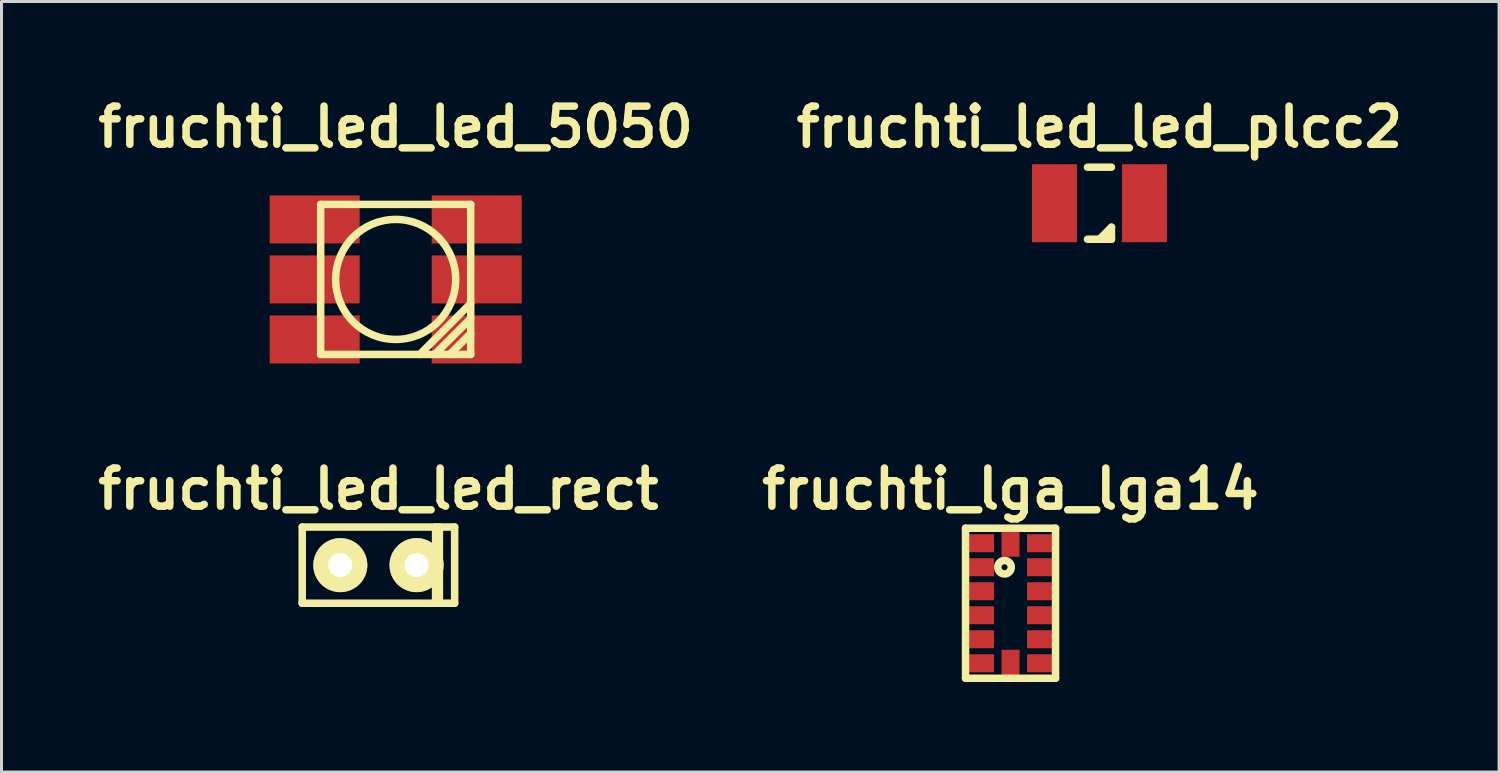
<source format=kicad_pcb>
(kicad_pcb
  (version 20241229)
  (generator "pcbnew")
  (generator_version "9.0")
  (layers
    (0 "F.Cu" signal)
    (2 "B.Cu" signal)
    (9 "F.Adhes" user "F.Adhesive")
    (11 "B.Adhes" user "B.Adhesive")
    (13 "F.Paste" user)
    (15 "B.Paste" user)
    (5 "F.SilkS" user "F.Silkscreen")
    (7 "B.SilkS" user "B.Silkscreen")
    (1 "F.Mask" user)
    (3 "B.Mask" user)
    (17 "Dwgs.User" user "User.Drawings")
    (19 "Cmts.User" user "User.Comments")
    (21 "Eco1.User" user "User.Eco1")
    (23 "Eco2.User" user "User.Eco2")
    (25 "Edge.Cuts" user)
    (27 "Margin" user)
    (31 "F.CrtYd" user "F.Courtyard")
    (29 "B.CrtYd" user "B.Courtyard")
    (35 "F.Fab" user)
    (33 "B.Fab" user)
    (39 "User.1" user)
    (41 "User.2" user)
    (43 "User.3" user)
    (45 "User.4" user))
  (footprint "fruchti_led_led_plcc2"
    (layer "F.Cu")
    (at 33.589 3.722)
    (property "Reference" "fruchti_led_led_plcc2" (at 0 -2.54 0) (layer "F.SilkS") (effects (font (size 1.27 1.27) (thickness 0.25))))
    (attr through_hole)
    (fp_line (start 0 1.2) (end 0.4 0.8) (stroke (width 0.25) (type solid)) (layer "F.SilkS"))
    (fp_line (start 0.4 -1.2) (end -0.4 -1.2) (stroke (width 0.25) (type solid)) (layer "F.SilkS"))
    (fp_line (start 0.4 0.8) (end 0.4 1.2) (stroke (width 0.25) (type solid)) (layer "F.SilkS"))
    (fp_line (start 0.4 1.2) (end -0.4 1.2) (stroke (width 0.25) (type solid)) (layer "F.SilkS"))
    (pad "1" smd rect (at -1.5 0) (size 1.5 2.6) (layers "F.Cu" "F.Mask" "F.Paste"))
    (pad "2" smd rect (at 1.5 0) (size 1.5 2.6) (layers "F.Cu" "F.Mask" "F.Paste")))
  (footprint "fruchti_led_led_5050"
    (layer "F.Cu")
    (at 10.136 6.262)
    (property "Reference" "fruchti_led_led_5050" (at 0 -5.08 0) (layer "F.SilkS") (effects (font (size 1.27 1.27) (thickness 0.25))))
    (attr through_hole)
    (fp_line (start -2.5 -2.5) (end -2.5 2.5) (stroke (width 0.25) (type solid)) (layer "F.SilkS"))
    (fp_line (start -2.5 2.5) (end 2.5 2.5) (stroke (width 0.25) (type solid)) (layer "F.SilkS"))
    (fp_line (start 0.8 2.5) (end 2.5 0.8) (stroke (width 0.25) (type solid)) (layer "F.SilkS"))
    (fp_line (start 1.3 2.5) (end 2.5 1.3) (stroke (width 0.25) (type solid)) (layer "F.SilkS"))
    (fp_line (start 1.8 2.5) (end 2.5 1.8) (stroke (width 0.25) (type solid)) (layer "F.SilkS"))
    (fp_line (start 2.5 -2.5) (end -2.5 -2.5) (stroke (width 0.25) (type solid)) (layer "F.SilkS"))
    (fp_line (start 2.5 2.5) (end 2.5 -2.5) (stroke (width 0.25) (type solid)) (layer "F.SilkS"))
    (fp_circle (center 0 0) (end 0 -2) (stroke (width 0.25) (type solid)) (fill no) (layer "F.SilkS"))
    (pad "1" smd rect (at 2.7 2) (size 3 1.6) (layers "F.Cu" "F.Mask" "F.Paste"))
    (pad "2" smd rect (at 2.7 0) (size 3 1.6) (layers "F.Cu" "F.Mask" "F.Paste"))
    (pad "3" smd rect (at 2.7 -2) (size 3 1.6) (layers "F.Cu" "F.Mask" "F.Paste"))
    (pad "4" smd rect (at -2.7 -2) (size 3 1.6) (layers "F.Cu" "F.Mask" "F.Paste"))
    (pad "5" smd rect (at -2.7 0) (size 3 1.6) (layers "F.Cu" "F.Mask" "F.Paste"))
    (pad "6" smd rect (at -2.7 2) (size 3 1.6) (layers "F.Cu" "F.Mask" "F.Paste")))
  (footprint "fruchti_led_led_rect"
    (layer "F.Cu")
    (at 9.561 15.783)
    (property "Reference" "fruchti_led_led_rect" (at 0 -2.54 0) (layer "F.SilkS") (effects (font (size 1.27 1.27) (thickness 0.25))))
    (attr through_hole)
    (fp_line (start -2.54 -1.27) (end -2.54 1.27) (stroke (width 0.25) (type solid)) (layer "F.SilkS"))
    (fp_line (start -2.54 1.27) (end 2.54 1.27) (stroke (width 0.25) (type solid)) (layer "F.SilkS"))
    (fp_line (start 1.905 -1.27) (end 1.905 1.27) (stroke (width 0.25) (type solid)) (layer "F.SilkS"))
    (fp_line (start 2.032 1.27) (end 2.032 -1.27) (stroke (width 0.25) (type solid)) (layer "F.SilkS"))
    (fp_line (start 2.54 -1.27) (end -2.54 -1.27) (stroke (width 0.25) (type solid)) (layer "F.SilkS"))
    (fp_line (start 2.54 1.27) (end 2.54 -1.27) (stroke (width 0.25) (type solid)) (layer "F.SilkS"))
    (pad "1" thru_hole circle (at -1.27 0) (size 1.801 1.801) (drill 0.8) (layers "*.Cu" "*.Mask" "F.SilkS"))
    (pad "2" thru_hole circle (at 1.27 0) (size 1.801 1.801) (drill 0.8) (layers "*.Cu" "*.Mask" "F.SilkS")))
  (footprint "fruchti_lga_lga14"
    (layer "F.Cu")
    (at 30.626 17.053)
    (property "Reference" "fruchti_lga_lga14" (at 0 -3.81 0) (layer "F.SilkS") (effects (font (size 1.27 1.27) (thickness 0.25))))
    (attr through_hole)
    (fp_line (start -1.5 -2.5) (end 1.5 -2.5) (stroke (width 0.25) (type solid)) (layer "F.SilkS"))
    (fp_line (start -1.5 2.5) (end -1.5 -2.5) (stroke (width 0.25) (type solid)) (layer "F.SilkS"))
    (fp_line (start 1.5 -2.5) (end 1.5 2.5) (stroke (width 0.25) (type solid)) (layer "F.SilkS"))
    (fp_line (start 1.5 2.5) (end -1.5 2.5) (stroke (width 0.25) (type solid)) (layer "F.SilkS"))
    (fp_circle (center -0.2 -1.2) (end -0.2 -1.1) (stroke (width 0.25) (type solid)) (fill no) (layer "F.SilkS"))
    (pad "1" smd rect (at -1 -2) (size 0.9 0.6) (layers "F.Cu" "F.Mask" "F.Paste"))
    (pad "2" smd rect (at -1 -1.2) (size 0.9 0.6) (layers "F.Cu" "F.Mask" "F.Paste"))
    (pad "3" smd rect (at -1 -0.4) (size 0.9 0.6) (layers "F.Cu" "F.Mask" "F.Paste"))
    (pad "4" smd rect (at -1 0.4) (size 0.9 0.6) (layers "F.Cu" "F.Mask" "F.Paste"))
    (pad "5" smd rect (at -1 1.2) (size 0.9 0.6) (layers "F.Cu" "F.Mask" "F.Paste"))
    (pad "6" smd rect (at -1 2) (size 0.9 0.6) (layers "F.Cu" "F.Mask" "F.Paste"))
    (pad "7" smd rect (at 0 2 90) (size 0.9 0.6) (layers "F.Cu" "F.Mask" "F.Paste"))
    (pad "8" smd rect (at 1 2) (size 0.9 0.6) (layers "F.Cu" "F.Mask" "F.Paste"))
    (pad "9" smd rect (at 1 1.2) (size 0.9 0.6) (layers "F.Cu" "F.Mask" "F.Paste"))
    (pad "10" smd rect (at 1 0.4) (size 0.9 0.6) (layers "F.Cu" "F.Mask" "F.Paste"))
    (pad "11" smd rect (at 1 -0.4) (size 0.9 0.6) (layers "F.Cu" "F.Mask" "F.Paste"))
    (pad "12" smd rect (at 1 -1.2) (size 0.9 0.6) (layers "F.Cu" "F.Mask" "F.Paste"))
    (pad "13" smd rect (at 1 -2) (size 0.9 0.6) (layers "F.Cu" "F.Mask" "F.Paste"))
    (pad "14" smd rect (at 0 -2 90) (size 0.9 0.6) (layers "F.Cu" "F.Mask" "F.Paste")))
  (gr_rect
    (start -3 -3)
    (end 46.906 22.678)
    (stroke (width 0.1) (type default))
    (fill no)
    (layer "Edge.Cuts")))
</source>
